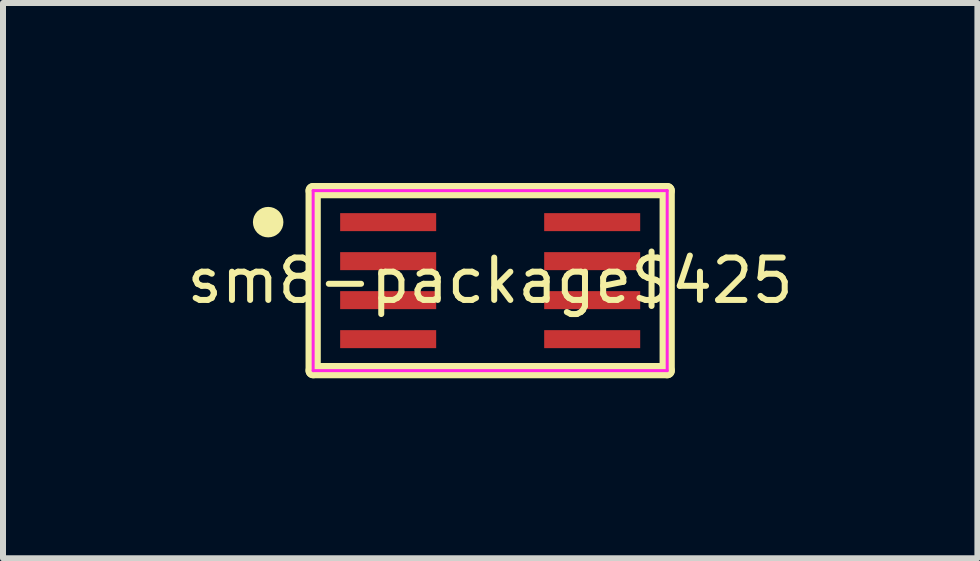
<source format=kicad_pcb>
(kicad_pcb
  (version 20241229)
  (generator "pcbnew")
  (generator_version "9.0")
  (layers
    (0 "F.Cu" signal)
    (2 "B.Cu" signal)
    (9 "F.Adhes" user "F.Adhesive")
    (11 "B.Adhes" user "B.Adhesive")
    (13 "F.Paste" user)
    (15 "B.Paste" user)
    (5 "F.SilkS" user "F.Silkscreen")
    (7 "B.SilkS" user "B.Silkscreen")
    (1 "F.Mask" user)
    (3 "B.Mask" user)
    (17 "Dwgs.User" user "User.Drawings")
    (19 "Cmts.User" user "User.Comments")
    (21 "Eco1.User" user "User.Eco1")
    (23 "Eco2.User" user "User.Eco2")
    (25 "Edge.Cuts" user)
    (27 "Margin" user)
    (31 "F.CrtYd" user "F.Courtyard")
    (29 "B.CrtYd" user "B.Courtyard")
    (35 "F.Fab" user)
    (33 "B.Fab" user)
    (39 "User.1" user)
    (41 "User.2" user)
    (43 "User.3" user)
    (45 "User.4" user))
  (footprint "sm8-package$425"
    (layer "F.Cu")
    (at 5.119 1.627)
    (property "Reference" "sm8-package$425" (at 0 0 0) (layer "F.SilkS") (effects (font (size 0.706 0.706) (thickness 0.1))))
    (attr through_hole)
    (fp_poly (pts (xy -2.5 -1.125) (xy -2.5 -0.825) (xy -0.9 -0.825) (xy -0.9 -1.125)) (stroke (width 0) (type solid)) (fill yes) (layer "F.Mask"))
    (fp_poly (pts (xy -2.5 -0.475) (xy -2.5 -0.175) (xy -0.9 -0.175) (xy -0.9 -0.475)) (stroke (width 0) (type solid)) (fill yes) (layer "F.Mask"))
    (fp_poly (pts (xy -2.5 0.175) (xy -2.5 0.475) (xy -0.9 0.475) (xy -0.9 0.175)) (stroke (width 0) (type solid)) (fill yes) (layer "F.Mask"))
    (fp_poly (pts (xy -2.5 0.825) (xy -2.5 1.125) (xy -0.9 1.125) (xy -0.9 0.825)) (stroke (width 0) (type solid)) (fill yes) (layer "F.Mask"))
    (fp_poly (pts (xy 2.5 -0.825) (xy 2.5 -1.125) (xy 0.9 -1.125) (xy 0.9 -0.825)) (stroke (width 0) (type solid)) (fill yes) (layer "F.Mask"))
    (fp_poly (pts (xy 2.5 -0.175) (xy 2.5 -0.475) (xy 0.9 -0.475) (xy 0.9 -0.175)) (stroke (width 0) (type solid)) (fill yes) (layer "F.Mask"))
    (fp_poly (pts (xy 2.5 0.475) (xy 2.5 0.175) (xy 0.9 0.175) (xy 0.9 0.475)) (stroke (width 0) (type solid)) (fill yes) (layer "F.Mask"))
    (fp_poly (pts (xy 2.5 1.125) (xy 2.5 0.825) (xy 0.9 0.825) (xy 0.9 1.125)) (stroke (width 0) (type solid)) (fill yes) (layer "F.Mask"))
    (fp_line (start -2.95 -1.5) (end -2.95 1.5) (stroke (width 0.254) (type solid)) (layer "F.SilkS"))
    (fp_line (start -2.95 1.5) (end 2.95 1.5) (stroke (width 0.254) (type solid)) (layer "F.SilkS"))
    (fp_line (start 2.95 -1.5) (end -2.95 -1.5) (stroke (width 0.254) (type solid)) (layer "F.SilkS"))
    (fp_line (start 2.95 1.5) (end 2.95 -1.5) (stroke (width 0.254) (type solid)) (layer "F.SilkS"))
    (fp_poly (pts (xy -3.446 -0.975) (xy -3.451 -1.025) (xy -3.465 -1.072) (xy -3.489 -1.116) (xy -3.52 -1.155) (xy -3.559 -1.186) (xy -3.603 -1.21) (xy -3.65 -1.224) (xy -3.7 -1.229) (xy -3.75 -1.224) (xy -3.797 -1.21) (xy -3.841 -1.186) (xy -3.88 -1.155) (xy -3.911 -1.116) (xy -3.935 -1.072) (xy -3.949 -1.025) (xy -3.954 -0.975) (xy -3.949 -0.925) (xy -3.935 -0.878) (xy -3.911 -0.834) (xy -3.88 -0.795) (xy -3.841 -0.764) (xy -3.797 -0.74) (xy -3.75 -0.726) (xy -3.7 -0.721) (xy -3.65 -0.726) (xy -3.603 -0.74) (xy -3.559 -0.764) (xy -3.52 -0.795) (xy -3.489 -0.834) (xy -3.465 -0.878) (xy -3.451 -0.925)) (stroke (width 0) (type solid)) (fill yes) (layer "F.SilkS"))
    (fp_poly (pts (xy -2.5 -1.125) (xy -2.5 -0.825) (xy -0.9 -0.825) (xy -0.9 -1.125)) (stroke (width 0) (type solid)) (fill yes) (layer "F.Paste"))
    (fp_poly (pts (xy -2.5 -0.475) (xy -2.5 -0.175) (xy -0.9 -0.175) (xy -0.9 -0.475)) (stroke (width 0) (type solid)) (fill yes) (layer "F.Paste"))
    (fp_poly (pts (xy -2.5 0.175) (xy -2.5 0.475) (xy -0.9 0.475) (xy -0.9 0.175)) (stroke (width 0) (type solid)) (fill yes) (layer "F.Paste"))
    (fp_poly (pts (xy -2.5 0.825) (xy -2.5 1.125) (xy -0.9 1.125) (xy -0.9 0.825)) (stroke (width 0) (type solid)) (fill yes) (layer "F.Paste"))
    (fp_poly (pts (xy 2.5 -0.825) (xy 2.5 -1.125) (xy 0.9 -1.125) (xy 0.9 -0.825)) (stroke (width 0) (type solid)) (fill yes) (layer "F.Paste"))
    (fp_poly (pts (xy 2.5 -0.175) (xy 2.5 -0.475) (xy 0.9 -0.475) (xy 0.9 -0.175)) (stroke (width 0) (type solid)) (fill yes) (layer "F.Paste"))
    (fp_poly (pts (xy 2.5 0.475) (xy 2.5 0.175) (xy 0.9 0.175) (xy 0.9 0.475)) (stroke (width 0) (type solid)) (fill yes) (layer "F.Paste"))
    (fp_poly (pts (xy 2.5 1.125) (xy 2.5 0.825) (xy 0.9 0.825) (xy 0.9 1.125)) (stroke (width 0) (type solid)) (fill yes) (layer "F.Paste"))
    (fp_line (start -2.95 -1.5) (end -2.95 1.5) (stroke (width 0.05) (type solid)) (layer "F.CrtYd"))
    (fp_line (start -2.95 1.5) (end 2.95 1.5) (stroke (width 0.05) (type solid)) (layer "F.CrtYd"))
    (fp_line (start 2.95 -1.5) (end -2.95 -1.5) (stroke (width 0.05) (type solid)) (layer "F.CrtYd"))
    (fp_line (start 2.95 1.5) (end 2.95 -1.5) (stroke (width 0.05) (type solid)) (layer "F.CrtYd"))
    (pad "1" smd rect (at -1.7 -0.975 270) (size 0.3 1.6) (layers "F.Cu"))
    (pad "2" smd rect (at -1.7 -0.325 270) (size 0.3 1.6) (layers "F.Cu"))
    (pad "3" smd rect (at -1.7 0.325 270) (size 0.3 1.6) (layers "F.Cu"))
    (pad "4" smd rect (at -1.7 0.975 270) (size 0.3 1.6) (layers "F.Cu"))
    (pad "5" smd rect (at 1.7 0.975 90) (size 0.3 1.6) (layers "F.Cu"))
    (pad "6" smd rect (at 1.7 0.325 90) (size 0.3 1.6) (layers "F.Cu"))
    (pad "7" smd rect (at 1.7 -0.325 90) (size 0.3 1.6) (layers "F.Cu"))
    (pad "8" smd rect (at 1.7 -0.975 90) (size 0.3 1.6) (layers "F.Cu")))
  (gr_rect
    (start -3 -3)
    (end 13.239 6.254)
    (stroke (width 0.1) (type default))
    (fill no)
    (layer "Edge.Cuts")))
</source>
